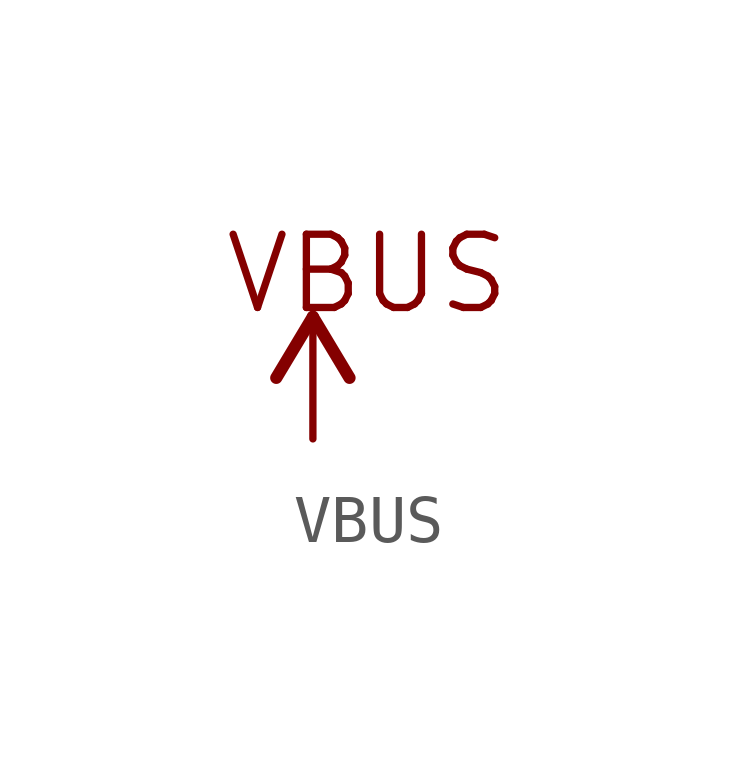
<source format=kicad_sym>
(kicad_symbol_lib
  (version 20211014)
  (generator kicad_symbol_editor)
  (symbol "VBUS"
    (power)
    (property "Reference" ""
      (at 0 0 0)
      (effects (font (size 1.27 1.27)) hide))
    (property "ki_locked" ""
      (at 0 0 0)
      (effects (font (size 1.27 1.27))))
    (symbol "VBUS_1_0"
      (polyline (pts (xy 0 2.54) (xy -0.762 1.27)) (stroke (width 0.254) (type default) (color 0 0 0 0)) (fill (type none)))
      (polyline (pts (xy 0.762 1.27) (xy 0 2.54)) (stroke (width 0.254) (type default) (color 0 0 0 0)) (fill (type none)))
      (text "VBUS" (at -1.905 2.54 0) (effects (font (size 1.524 1.524)) (justify left bottom)))
      (pin power_in line (at 0 0 90) (length 2.54) (name "VBUS" (effects (font (size 0 0)))) (number "1" (effects (font (size 0 0))))))))
</source>
